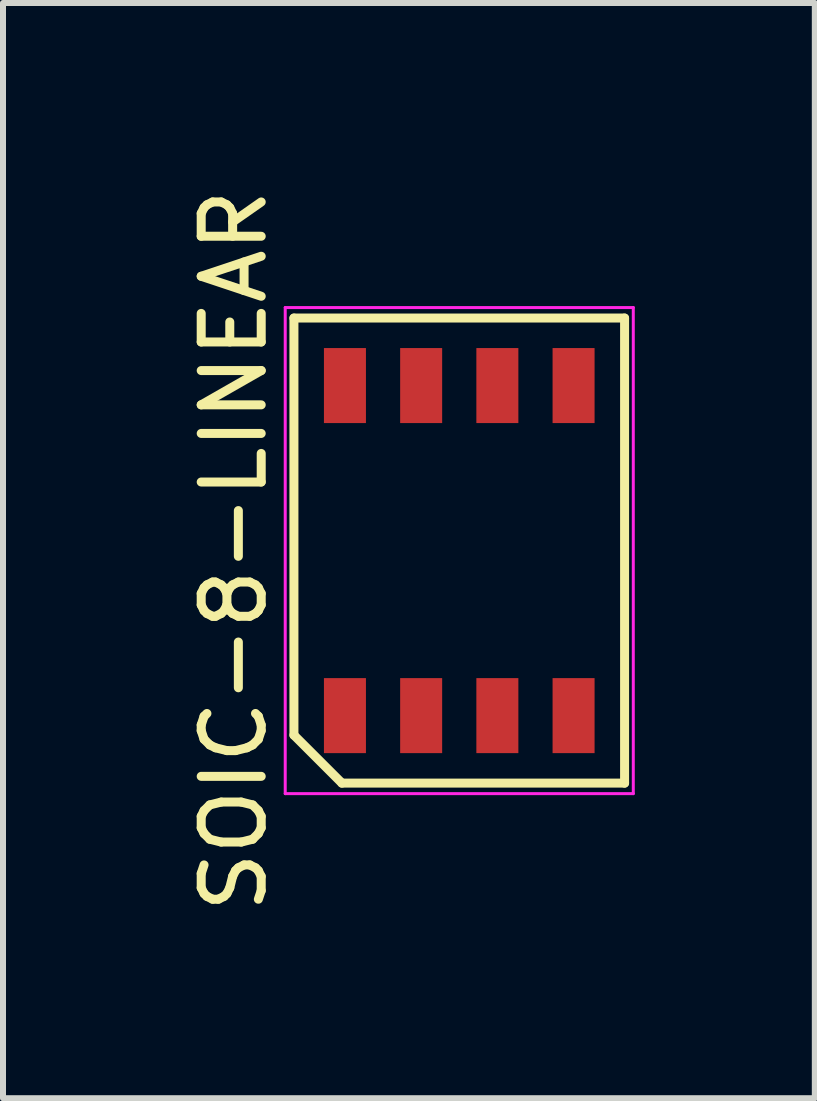
<source format=kicad_pcb>
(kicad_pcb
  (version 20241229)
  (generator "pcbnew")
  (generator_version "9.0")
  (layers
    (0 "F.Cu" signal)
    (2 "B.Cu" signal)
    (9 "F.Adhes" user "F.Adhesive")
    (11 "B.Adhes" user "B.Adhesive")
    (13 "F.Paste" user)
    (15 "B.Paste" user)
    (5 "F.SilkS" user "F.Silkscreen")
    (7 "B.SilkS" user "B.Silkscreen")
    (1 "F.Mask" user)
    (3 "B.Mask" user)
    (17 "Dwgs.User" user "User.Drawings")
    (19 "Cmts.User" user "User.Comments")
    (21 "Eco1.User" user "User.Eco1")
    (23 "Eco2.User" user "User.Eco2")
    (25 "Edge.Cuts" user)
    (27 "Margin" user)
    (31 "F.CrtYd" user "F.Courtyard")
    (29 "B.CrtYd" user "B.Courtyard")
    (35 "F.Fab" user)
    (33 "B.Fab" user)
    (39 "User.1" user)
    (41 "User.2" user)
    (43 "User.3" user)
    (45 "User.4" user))
  (footprint "SOIC-8-LINEAR"
    (layer "F.Cu")
    (at 4.603 6.125)
    (property "Reference" "SOIC-8-LINEAR" (at -3.755 0 90) (layer "F.SilkS") (effects (font (size 1 1) (thickness 0.15))))
    (attr smd)
    (fp_line (start -2.755 -3.875) (end 2.755 -3.875) (stroke (width 0.15) (type solid)) (layer "F.SilkS"))
    (fp_line (start -2.755 3.075) (end -2.755 -3.875) (stroke (width 0.15) (type solid)) (layer "F.SilkS"))
    (fp_line (start -1.955 3.875) (end -2.755 3.075) (stroke (width 0.15) (type solid)) (layer "F.SilkS"))
    (fp_line (start 2.755 -3.875) (end 2.755 3.875) (stroke (width 0.15) (type solid)) (layer "F.SilkS"))
    (fp_line (start 2.755 3.875) (end -1.955 3.875) (stroke (width 0.15) (type solid)) (layer "F.SilkS"))
    (fp_line (start -2.9 -4.05) (end 2.9 -4.05) (stroke (width 0.05) (type solid)) (layer "F.CrtYd"))
    (fp_line (start -2.9 4.05) (end -2.9 -4.05) (stroke (width 0.05) (type solid)) (layer "F.CrtYd"))
    (fp_line (start 2.9 -4.05) (end 2.9 4.05) (stroke (width 0.05) (type solid)) (layer "F.CrtYd"))
    (fp_line (start 2.9 4.05) (end -2.9 4.05) (stroke (width 0.05) (type solid)) (layer "F.CrtYd"))
    (pad "1" smd rect (at -1.905 2.75) (size 0.7 1.25) (layers "F.Cu" "F.Mask" "F.Paste"))
    (pad "2" smd rect (at -0.635 2.75) (size 0.7 1.25) (layers "F.Cu" "F.Mask" "F.Paste"))
    (pad "3" smd rect (at 0.635 2.75) (size 0.7 1.25) (layers "F.Cu" "F.Mask" "F.Paste"))
    (pad "4" smd rect (at 1.905 2.75) (size 0.7 1.25) (layers "F.Cu" "F.Mask" "F.Paste"))
    (pad "5" smd rect (at 1.905 -2.75) (size 0.7 1.25) (layers "F.Cu" "F.Mask" "F.Paste"))
    (pad "6" smd rect (at 0.635 -2.75) (size 0.7 1.25) (layers "F.Cu" "F.Mask" "F.Paste"))
    (pad "7" smd rect (at -0.635 -2.75) (size 0.7 1.25) (layers "F.Cu" "F.Mask" "F.Paste"))
    (pad "8" smd rect (at -1.905 -2.75) (size 0.7 1.25) (layers "F.Cu" "F.Mask" "F.Paste")))
  (gr_rect
    (start -3 -3)
    (end 10.528 15.25)
    (stroke (width 0.1) (type default))
    (fill no)
    (layer "Edge.Cuts")))
</source>
